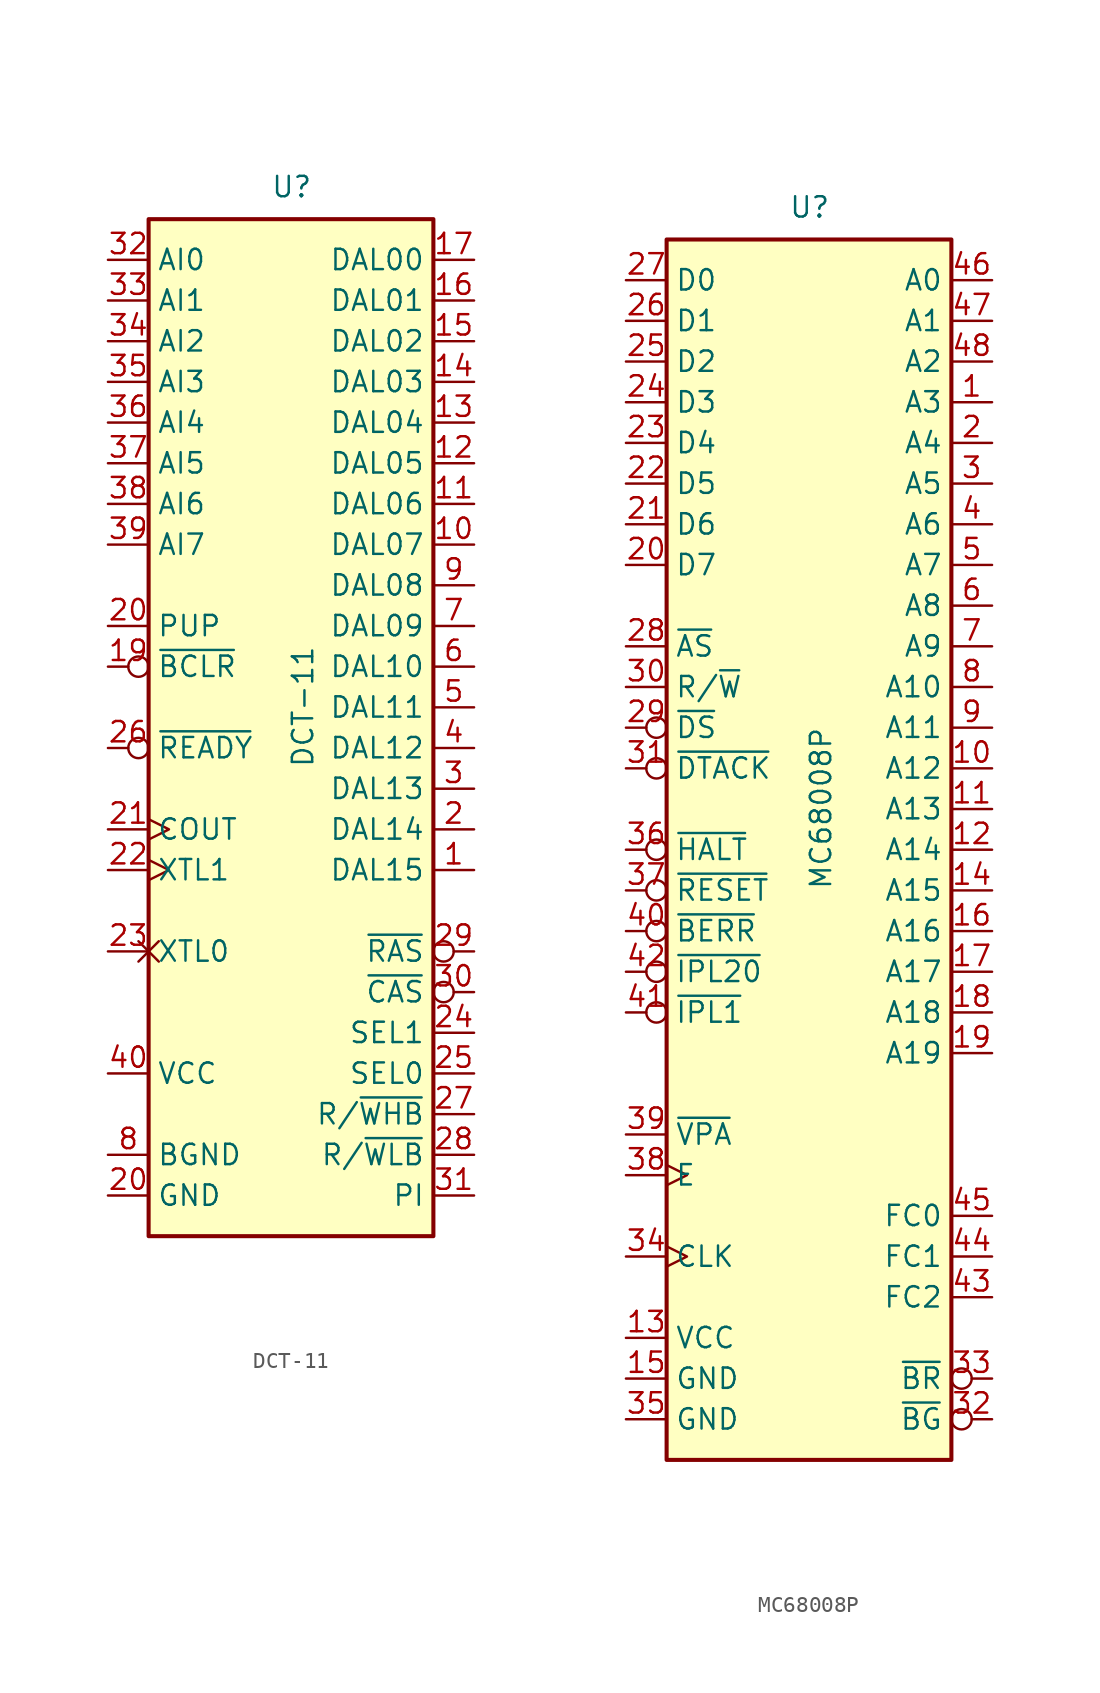
<source format=kicad_sym>
(kicad_symbol_lib
  (version 20231120)
  (generator "kicad_symbol_editor")
  (generator_version "8.0")
  (symbol "DCT-11"
    (property "Reference" "U"
      (at -1.27 31.75 0)
      (effects (font (size 1.27 1.27)) (justify left bottom)))
    (property "Value" "DCT-11"
      (at 0 -3.81 90)
      (effects (font (size 1.27 1.27)) (justify left top)))
    (symbol "DCT-11_0_1"
      (rectangle (start -8.89 30.48) (end 8.89 -33.02) (stroke (width 0.254) (type default)) (fill (type background))))
    (symbol "DCT-11_1_1"
      (pin bidirectional line (at 11.43 -10.16 180) (length 2.54) (name "DAL15" (effects (font (size 1.27 1.27)))) (number "1" (effects (font (size 1.27 1.27)))))
      (pin bidirectional line (at 11.43 10.16 180) (length 2.54) (name "DAL07" (effects (font (size 1.27 1.27)))) (number "10" (effects (font (size 1.27 1.27)))))
      (pin bidirectional line (at 11.43 12.7 180) (length 2.54) (name "DAL06" (effects (font (size 1.27 1.27)))) (number "11" (effects (font (size 1.27 1.27)))))
      (pin bidirectional line (at 11.43 15.24 180) (length 2.54) (name "DAL05" (effects (font (size 1.27 1.27)))) (number "12" (effects (font (size 1.27 1.27)))))
      (pin bidirectional line (at 11.43 17.78 180) (length 2.54) (name "DAL04" (effects (font (size 1.27 1.27)))) (number "13" (effects (font (size 1.27 1.27)))))
      (pin bidirectional line (at 11.43 20.32 180) (length 2.54) (name "DAL03" (effects (font (size 1.27 1.27)))) (number "14" (effects (font (size 1.27 1.27)))))
      (pin bidirectional line (at 11.43 22.86 180) (length 2.54) (name "DAL02" (effects (font (size 1.27 1.27)))) (number "15" (effects (font (size 1.27 1.27)))))
      (pin bidirectional line (at 11.43 25.4 180) (length 2.54) (name "DAL01" (effects (font (size 1.27 1.27)))) (number "16" (effects (font (size 1.27 1.27)))))
      (pin bidirectional line (at 11.43 27.94 180) (length 2.54) (name "DAL00" (effects (font (size 1.27 1.27)))) (number "17" (effects (font (size 1.27 1.27)))))
      (pin output inverted (at -11.43 2.54 0) (length 2.54) (name "~{BCLR}" (effects (font (size 1.27 1.27)))) (number "19" (effects (font (size 1.27 1.27)))))
      (pin bidirectional line (at 11.43 -7.62 180) (length 2.54) (name "DAL14" (effects (font (size 1.27 1.27)))) (number "2" (effects (font (size 1.27 1.27)))))
      (pin power_in line (at -11.43 -30.48 0) (length 2.54) (name "GND" (effects (font (size 1.27 1.27)))) (number "20" (effects (font (size 1.27 1.27)))))
      (pin input line (at -11.43 5.08 0) (length 2.54) (name "PUP" (effects (font (size 1.27 1.27)))) (number "20" (effects (font (size 1.27 1.27)))))
      (pin output clock (at -11.43 -7.62 0) (length 2.54) (name "COUT" (effects (font (size 1.27 1.27)))) (number "21" (effects (font (size 1.27 1.27)))))
      (pin input clock (at -11.43 -10.16 0) (length 2.54) (name "XTL1" (effects (font (size 1.27 1.27)))) (number "22" (effects (font (size 1.27 1.27)))))
      (pin passive non_logic (at -11.43 -15.24 0) (length 2.54) (name "XTL0" (effects (font (size 1.27 1.27)))) (number "23" (effects (font (size 1.27 1.27)))))
      (pin output line (at 11.43 -20.32 180) (length 2.54) (name "SEL1" (effects (font (size 1.27 1.27)))) (number "24" (effects (font (size 1.27 1.27)))))
      (pin output line (at 11.43 -22.86 180) (length 2.54) (name "SEL0" (effects (font (size 1.27 1.27)))) (number "25" (effects (font (size 1.27 1.27)))))
      (pin input inverted (at -11.43 -2.54 0) (length 2.54) (name "~{READY}" (effects (font (size 1.27 1.27)))) (number "26" (effects (font (size 1.27 1.27)))))
      (pin output line (at 11.43 -25.4 180) (length 2.54) (name "R/~{WHB}" (effects (font (size 1.27 1.27)))) (number "27" (effects (font (size 1.27 1.27)))))
      (pin output line (at 11.43 -27.94 180) (length 2.54) (name "R/~{WLB}" (effects (font (size 1.27 1.27)))) (number "28" (effects (font (size 1.27 1.27)))))
      (pin output inverted (at 11.43 -15.24 180) (length 2.54) (name "~{RAS}" (effects (font (size 1.27 1.27)))) (number "29" (effects (font (size 1.27 1.27)))))
      (pin bidirectional line (at 11.43 -5.08 180) (length 2.54) (name "DAL13" (effects (font (size 1.27 1.27)))) (number "3" (effects (font (size 1.27 1.27)))))
      (pin output inverted (at 11.43 -17.78 180) (length 2.54) (name "~{CAS}" (effects (font (size 1.27 1.27)))) (number "30" (effects (font (size 1.27 1.27)))))
      (pin output line (at 11.43 -30.48 180) (length 2.54) (name "PI" (effects (font (size 1.27 1.27)))) (number "31" (effects (font (size 1.27 1.27)))))
      (pin bidirectional line (at -11.43 27.94 0) (length 2.54) (name "AI0" (effects (font (size 1.27 1.27)))) (number "32" (effects (font (size 1.27 1.27)))))
      (pin bidirectional line (at -11.43 25.4 0) (length 2.54) (name "AI1" (effects (font (size 1.27 1.27)))) (number "33" (effects (font (size 1.27 1.27)))))
      (pin bidirectional line (at -11.43 22.86 0) (length 2.54) (name "AI2" (effects (font (size 1.27 1.27)))) (number "34" (effects (font (size 1.27 1.27)))))
      (pin bidirectional line (at -11.43 20.32 0) (length 2.54) (name "AI3" (effects (font (size 1.27 1.27)))) (number "35" (effects (font (size 1.27 1.27)))))
      (pin bidirectional line (at -11.43 17.78 0) (length 2.54) (name "AI4" (effects (font (size 1.27 1.27)))) (number "36" (effects (font (size 1.27 1.27)))))
      (pin bidirectional line (at -11.43 15.24 0) (length 2.54) (name "AI5" (effects (font (size 1.27 1.27)))) (number "37" (effects (font (size 1.27 1.27)))))
      (pin bidirectional line (at -11.43 12.7 0) (length 2.54) (name "AI6" (effects (font (size 1.27 1.27)))) (number "38" (effects (font (size 1.27 1.27)))))
      (pin bidirectional line (at -11.43 10.16 0) (length 2.54) (name "AI7" (effects (font (size 1.27 1.27)))) (number "39" (effects (font (size 1.27 1.27)))))
      (pin bidirectional line (at 11.43 -2.54 180) (length 2.54) (name "DAL12" (effects (font (size 1.27 1.27)))) (number "4" (effects (font (size 1.27 1.27)))))
      (pin power_in line (at -11.43 -22.86 0) (length 2.54) (name "VCC" (effects (font (size 1.27 1.27)))) (number "40" (effects (font (size 1.27 1.27)))))
      (pin bidirectional line (at 11.43 0 180) (length 2.54) (name "DAL11" (effects (font (size 1.27 1.27)))) (number "5" (effects (font (size 1.27 1.27)))))
      (pin bidirectional line (at 11.43 2.54 180) (length 2.54) (name "DAL10" (effects (font (size 1.27 1.27)))) (number "6" (effects (font (size 1.27 1.27)))))
      (pin bidirectional line (at 11.43 5.08 180) (length 2.54) (name "DAL09" (effects (font (size 1.27 1.27)))) (number "7" (effects (font (size 1.27 1.27)))))
      (pin power_in line (at -11.43 -27.94 0) (length 2.54) (name "BGND" (effects (font (size 1.27 1.27)))) (number "8" (effects (font (size 1.27 1.27)))))
      (pin bidirectional line (at 11.43 7.62 180) (length 2.54) (name "DAL08" (effects (font (size 1.27 1.27)))) (number "9" (effects (font (size 1.27 1.27)))))))
  (symbol "MC68008P"
    (property "Reference" "U"
      (at -1.27 39.37 0)
      (effects (font (size 1.27 1.27)) (justify left bottom)))
    (property "Value" "MC68008P"
      (at 0 -2.54 90)
      (effects (font (size 1.27 1.27)) (justify left top)))
    (symbol "MC68008P_0_0"
      (pin output line (at 11.43 -5.08 180) (length 2.54) (name "A16" (effects (font (size 1.27 1.27)))) (number "16" (effects (font (size 1.27 1.27)))))
      (pin output line (at 11.43 -7.62 180) (length 2.54) (name "A17" (effects (font (size 1.27 1.27)))) (number "17" (effects (font (size 1.27 1.27)))))
      (pin output line (at 11.43 -10.16 180) (length 2.54) (name "A18" (effects (font (size 1.27 1.27)))) (number "18" (effects (font (size 1.27 1.27)))))
      (pin output line (at 11.43 -12.7 180) (length 2.54) (name "A19" (effects (font (size 1.27 1.27)))) (number "19" (effects (font (size 1.27 1.27)))))
      (pin input inverted (at -11.43 5.08 0) (length 2.54) (name "~{DTACK}" (effects (font (size 1.27 1.27)))) (number "31" (effects (font (size 1.27 1.27)))))
      (pin input inverted (at -11.43 -5.08 0) (length 2.54) (name "~{BERR}" (effects (font (size 1.27 1.27)))) (number "40" (effects (font (size 1.27 1.27)))))
      (pin output line (at 11.43 -27.94 180) (length 2.54) (name "FC2" (effects (font (size 1.27 1.27)))) (number "43" (effects (font (size 1.27 1.27)))))
      (pin output line (at 11.43 -25.4 180) (length 2.54) (name "FC1" (effects (font (size 1.27 1.27)))) (number "44" (effects (font (size 1.27 1.27))))))
    (symbol "MC68008P_0_1"
      (rectangle (start -8.89 -38.1) (end 8.89 38.1) (stroke (width 0.254) (type default)) (fill (type background))))
    (symbol "MC68008P_1_1"
      (pin output line (at 11.43 27.94 180) (length 2.54) (name "A3" (effects (font (size 1.27 1.27)))) (number "1" (effects (font (size 1.27 1.27)))))
      (pin output line (at 11.43 5.08 180) (length 2.54) (name "A12" (effects (font (size 1.27 1.27)))) (number "10" (effects (font (size 1.27 1.27)))))
      (pin output line (at 11.43 2.54 180) (length 2.54) (name "A13" (effects (font (size 1.27 1.27)))) (number "11" (effects (font (size 1.27 1.27)))))
      (pin output line (at 11.43 0 180) (length 2.54) (name "A14" (effects (font (size 1.27 1.27)))) (number "12" (effects (font (size 1.27 1.27)))))
      (pin power_in line (at -11.43 -30.48 0) (length 2.54) (name "VCC" (effects (font (size 1.27 1.27)))) (number "13" (effects (font (size 1.27 1.27)))))
      (pin output line (at 11.43 -2.54 180) (length 2.54) (name "A15" (effects (font (size 1.27 1.27)))) (number "14" (effects (font (size 1.27 1.27)))))
      (pin power_in line (at -11.43 -33.02 0) (length 2.54) (name "GND" (effects (font (size 1.27 1.27)))) (number "15" (effects (font (size 1.27 1.27)))))
      (pin output line (at 11.43 25.4 180) (length 2.54) (name "A4" (effects (font (size 1.27 1.27)))) (number "2" (effects (font (size 1.27 1.27)))))
      (pin bidirectional line (at -11.43 17.78 0) (length 2.54) (name "D7" (effects (font (size 1.27 1.27)))) (number "20" (effects (font (size 1.27 1.27)))))
      (pin bidirectional line (at -11.43 20.32 0) (length 2.54) (name "D6" (effects (font (size 1.27 1.27)))) (number "21" (effects (font (size 1.27 1.27)))))
      (pin bidirectional line (at -11.43 22.86 0) (length 2.54) (name "D5" (effects (font (size 1.27 1.27)))) (number "22" (effects (font (size 1.27 1.27)))))
      (pin bidirectional line (at -11.43 25.4 0) (length 2.54) (name "D4" (effects (font (size 1.27 1.27)))) (number "23" (effects (font (size 1.27 1.27)))))
      (pin bidirectional line (at -11.43 27.94 0) (length 2.54) (name "D3" (effects (font (size 1.27 1.27)))) (number "24" (effects (font (size 1.27 1.27)))))
      (pin bidirectional line (at -11.43 30.48 0) (length 2.54) (name "D2" (effects (font (size 1.27 1.27)))) (number "25" (effects (font (size 1.27 1.27)))))
      (pin bidirectional line (at -11.43 33.02 0) (length 2.54) (name "D1" (effects (font (size 1.27 1.27)))) (number "26" (effects (font (size 1.27 1.27)))))
      (pin bidirectional line (at -11.43 35.56 0) (length 2.54) (name "D0" (effects (font (size 1.27 1.27)))) (number "27" (effects (font (size 1.27 1.27)))))
      (pin output line (at -11.43 12.7 0) (length 2.54) (name "~{AS}" (effects (font (size 1.27 1.27)))) (number "28" (effects (font (size 1.27 1.27)))))
      (pin output inverted (at -11.43 7.62 0) (length 2.54) (name "~{DS}" (effects (font (size 1.27 1.27)))) (number "29" (effects (font (size 1.27 1.27)))))
      (pin output line (at 11.43 22.86 180) (length 2.54) (name "A5" (effects (font (size 1.27 1.27)))) (number "3" (effects (font (size 1.27 1.27)))))
      (pin output line (at -11.43 10.16 0) (length 2.54) (name "R/~{W}" (effects (font (size 1.27 1.27)))) (number "30" (effects (font (size 1.27 1.27)))))
      (pin output inverted (at 11.43 -35.56 180) (length 2.54) (name "~{BG}" (effects (font (size 1.27 1.27)))) (number "32" (effects (font (size 1.27 1.27)))))
      (pin input inverted (at 11.43 -33.02 180) (length 2.54) (name "~{BR}" (effects (font (size 1.27 1.27)))) (number "33" (effects (font (size 1.27 1.27)))))
      (pin input clock (at -11.43 -25.4 0) (length 2.54) (name "CLK" (effects (font (size 1.27 1.27)))) (number "34" (effects (font (size 1.27 1.27)))))
      (pin power_in line (at -11.43 -35.56 0) (length 2.54) (name "GND" (effects (font (size 1.27 1.27)))) (number "35" (effects (font (size 1.27 1.27)))))
      (pin bidirectional inverted (at -11.43 0 0) (length 2.54) (name "~{HALT}" (effects (font (size 1.27 1.27)))) (number "36" (effects (font (size 1.27 1.27)))))
      (pin bidirectional inverted (at -11.43 -2.54 0) (length 2.54) (name "~{RESET}" (effects (font (size 1.27 1.27)))) (number "37" (effects (font (size 1.27 1.27)))))
      (pin output clock (at -11.43 -20.32 0) (length 2.54) (name "E" (effects (font (size 1.27 1.27)))) (number "38" (effects (font (size 1.27 1.27)))))
      (pin output line (at -11.43 -17.78 0) (length 2.54) (name "~{VPA}" (effects (font (size 1.27 1.27)))) (number "39" (effects (font (size 1.27 1.27)))))
      (pin output line (at 11.43 20.32 180) (length 2.54) (name "A6" (effects (font (size 1.27 1.27)))) (number "4" (effects (font (size 1.27 1.27)))))
      (pin input inverted (at -11.43 -10.16 0) (length 2.54) (name "~{IPL1}" (effects (font (size 1.27 1.27)))) (number "41" (effects (font (size 1.27 1.27)))))
      (pin input inverted (at -11.43 -7.62 0) (length 2.54) (name "~{IPL20}" (effects (font (size 1.27 1.27)))) (number "42" (effects (font (size 1.27 1.27)))))
      (pin output line (at 11.43 -22.86 180) (length 2.54) (name "FC0" (effects (font (size 1.27 1.27)))) (number "45" (effects (font (size 1.27 1.27)))))
      (pin output line (at 11.43 35.56 180) (length 2.54) (name "A0" (effects (font (size 1.27 1.27)))) (number "46" (effects (font (size 1.27 1.27)))))
      (pin output line (at 11.43 33.02 180) (length 2.54) (name "A1" (effects (font (size 1.27 1.27)))) (number "47" (effects (font (size 1.27 1.27)))))
      (pin output line (at 11.43 30.48 180) (length 2.54) (name "A2" (effects (font (size 1.27 1.27)))) (number "48" (effects (font (size 1.27 1.27)))))
      (pin output line (at 11.43 17.78 180) (length 2.54) (name "A7" (effects (font (size 1.27 1.27)))) (number "5" (effects (font (size 1.27 1.27)))))
      (pin output line (at 11.43 15.24 180) (length 2.54) (name "A8" (effects (font (size 1.27 1.27)))) (number "6" (effects (font (size 1.27 1.27)))))
      (pin output line (at 11.43 12.7 180) (length 2.54) (name "A9" (effects (font (size 1.27 1.27)))) (number "7" (effects (font (size 1.27 1.27)))))
      (pin output line (at 11.43 10.16 180) (length 2.54) (name "A10" (effects (font (size 1.27 1.27)))) (number "8" (effects (font (size 1.27 1.27)))))
      (pin output line (at 11.43 7.62 180) (length 2.54) (name "A11" (effects (font (size 1.27 1.27)))) (number "9" (effects (font (size 1.27 1.27))))))))
</source>
